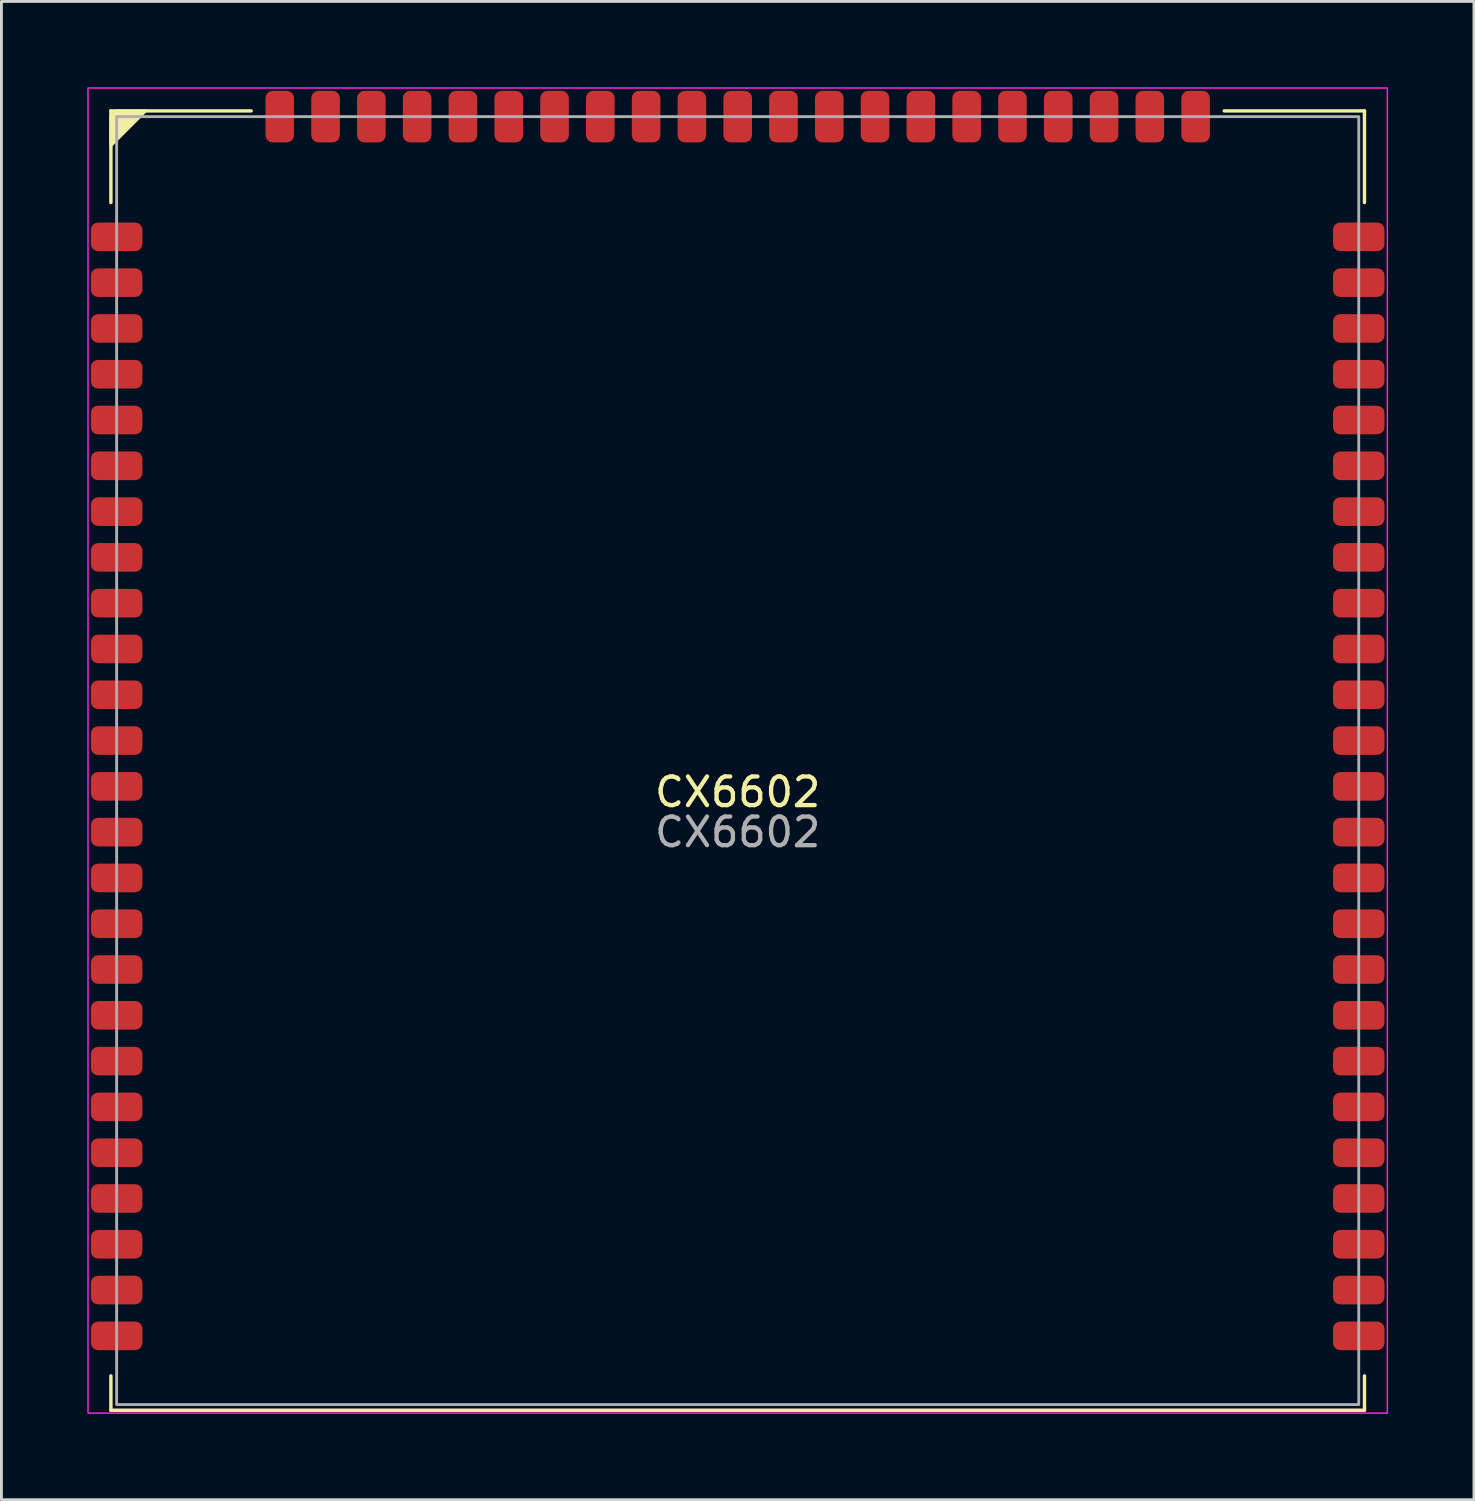
<source format=kicad_pcb>
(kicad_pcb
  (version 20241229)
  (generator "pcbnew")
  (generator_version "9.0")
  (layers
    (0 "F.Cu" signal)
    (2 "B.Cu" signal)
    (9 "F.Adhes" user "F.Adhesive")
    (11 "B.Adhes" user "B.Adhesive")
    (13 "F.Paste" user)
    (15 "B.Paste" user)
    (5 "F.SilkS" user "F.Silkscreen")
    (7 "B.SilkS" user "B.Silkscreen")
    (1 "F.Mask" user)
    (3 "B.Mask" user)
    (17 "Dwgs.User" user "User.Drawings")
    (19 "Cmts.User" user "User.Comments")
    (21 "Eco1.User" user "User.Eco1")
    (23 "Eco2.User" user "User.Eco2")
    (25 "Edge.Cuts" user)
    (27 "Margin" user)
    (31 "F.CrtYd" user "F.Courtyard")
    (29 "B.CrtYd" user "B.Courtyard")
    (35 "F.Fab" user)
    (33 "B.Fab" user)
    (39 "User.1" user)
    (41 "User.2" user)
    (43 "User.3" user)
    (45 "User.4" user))
  (footprint "CX6602"
    (layer "F.Cu")
    (at 22.725 46.025)
    (property "Reference" "CX6602" (at 0 -21.4 0) (unlocked yes) (layer "F.SilkS") (effects (font (size 1 1) (thickness 0.15))))
    (attr smd)
    (fp_line (start -21.9 -45.2) (end -17 -45.2) (stroke (width 0.12) (type default)) (layer "F.SilkS"))
    (fp_line (start -21.9 -42) (end -21.9 -45.2) (stroke (width 0.12) (type default)) (layer "F.SilkS"))
    (fp_line (start -21.9 -1) (end -21.9 0.2) (stroke (width 0.12) (type default)) (layer "F.SilkS"))
    (fp_line (start -21.9 0.2) (end 21.9 0.2) (stroke (width 0.12) (type default)) (layer "F.SilkS"))
    (fp_line (start -21.7 -45.2) (end -21.9 -45) (stroke (width 0.12) (type default)) (layer "F.SilkS"))
    (fp_line (start -21.6 -45.2) (end -21.9 -44.9) (stroke (width 0.12) (type default)) (layer "F.SilkS"))
    (fp_line (start -21.5 -45.2) (end -21.9 -44.8) (stroke (width 0.12) (type default)) (layer "F.SilkS"))
    (fp_line (start -21.4 -45.2) (end -21.9 -44.7) (stroke (width 0.12) (type default)) (layer "F.SilkS"))
    (fp_line (start -21.3 -45.2) (end -21.9 -44.6) (stroke (width 0.12) (type default)) (layer "F.SilkS"))
    (fp_line (start -21.2 -45.2) (end -21.9 -44.5) (stroke (width 0.12) (type default)) (layer "F.SilkS"))
    (fp_line (start -21.1 -45.2) (end -21.9 -44.4) (stroke (width 0.12) (type default)) (layer "F.SilkS"))
    (fp_line (start -21 -45.2) (end -21.9 -44.3) (stroke (width 0.12) (type default)) (layer "F.SilkS"))
    (fp_line (start -20.9 -45.2) (end -21.9 -44.2) (stroke (width 0.12) (type default)) (layer "F.SilkS"))
    (fp_line (start -20.8 -45.2) (end -21.9 -44.1) (stroke (width 0.12) (type default)) (layer "F.SilkS"))
    (fp_line (start -20.7 -45.2) (end -21.9 -44) (stroke (width 0.12) (type default)) (layer "F.SilkS"))
    (fp_line (start 21.9 -45.2) (end 17 -45.2) (stroke (width 0.12) (type default)) (layer "F.SilkS"))
    (fp_line (start 21.9 -42) (end 21.9 -45.2) (stroke (width 0.12) (type default)) (layer "F.SilkS"))
    (fp_line (start 21.9 0.2) (end 21.9 -1) (stroke (width 0.12) (type default)) (layer "F.SilkS"))
    (fp_rect (start -22.7 -46) (end 22.7 0.3) (stroke (width 0.05) (type default)) (fill no) (layer "F.CrtYd"))
    (fp_rect (start -21.7 -45) (end 21.7 0) (stroke (width 0.1) (type default)) (fill no) (layer "F.Fab"))
    (fp_text user "${REFERENCE}" (at 0 -20 0) (unlocked yes) (layer "F.Fab") (effects (font (size 1 1) (thickness 0.15))))
    (pad "1" smd roundrect (at -21.7 -40.8 180) (size 1.8 1) (layers "F.Cu" "F.Mask" "F.Paste") (roundrect_rratio 0.25))
    (pad "2" smd roundrect (at -21.7 -39.2 180) (size 1.8 1) (layers "F.Cu" "F.Mask" "F.Paste") (roundrect_rratio 0.25))
    (pad "3" smd roundrect (at -21.7 -37.6 180) (size 1.8 1) (layers "F.Cu" "F.Mask" "F.Paste") (roundrect_rratio 0.25))
    (pad "4" smd roundrect (at -21.7 -36 180) (size 1.8 1) (layers "F.Cu" "F.Mask" "F.Paste") (roundrect_rratio 0.25))
    (pad "5" smd roundrect (at -21.7 -34.4 180) (size 1.8 1) (layers "F.Cu" "F.Mask" "F.Paste") (roundrect_rratio 0.25))
    (pad "6" smd roundrect (at -21.7 -32.8 180) (size 1.8 1) (layers "F.Cu" "F.Mask" "F.Paste") (roundrect_rratio 0.25))
    (pad "7" smd roundrect (at -21.7 -31.2 180) (size 1.8 1) (layers "F.Cu" "F.Mask" "F.Paste") (roundrect_rratio 0.25))
    (pad "8" smd roundrect (at -21.7 -29.6 180) (size 1.8 1) (layers "F.Cu" "F.Mask" "F.Paste") (roundrect_rratio 0.25))
    (pad "9" smd roundrect (at -21.7 -28 180) (size 1.8 1) (layers "F.Cu" "F.Mask" "F.Paste") (roundrect_rratio 0.25))
    (pad "10" smd roundrect (at -21.7 -26.4 180) (size 1.8 1) (layers "F.Cu" "F.Mask" "F.Paste") (roundrect_rratio 0.25))
    (pad "11" smd roundrect (at -21.7 -24.8 180) (size 1.8 1) (layers "F.Cu" "F.Mask" "F.Paste") (roundrect_rratio 0.25))
    (pad "12" smd roundrect (at -21.7 -23.2 180) (size 1.8 1) (layers "F.Cu" "F.Mask" "F.Paste") (roundrect_rratio 0.25))
    (pad "13" smd roundrect (at -21.7 -21.6 180) (size 1.8 1) (layers "F.Cu" "F.Mask" "F.Paste") (roundrect_rratio 0.25))
    (pad "14" smd roundrect (at -21.7 -20 180) (size 1.8 1) (layers "F.Cu" "F.Mask" "F.Paste") (roundrect_rratio 0.25))
    (pad "15" smd roundrect (at -21.7 -18.4 180) (size 1.8 1) (layers "F.Cu" "F.Mask" "F.Paste") (roundrect_rratio 0.25))
    (pad "16" smd roundrect (at -21.7 -16.8 180) (size 1.8 1) (layers "F.Cu" "F.Mask" "F.Paste") (roundrect_rratio 0.25))
    (pad "17" smd roundrect (at -21.7 -15.2 180) (size 1.8 1) (layers "F.Cu" "F.Mask" "F.Paste") (roundrect_rratio 0.25))
    (pad "18" smd roundrect (at -21.7 -13.6 180) (size 1.8 1) (layers "F.Cu" "F.Mask" "F.Paste") (roundrect_rratio 0.25))
    (pad "19" smd roundrect (at -21.7 -12 180) (size 1.8 1) (layers "F.Cu" "F.Mask" "F.Paste") (roundrect_rratio 0.25))
    (pad "20" smd roundrect (at -21.7 -10.4 180) (size 1.8 1) (layers "F.Cu" "F.Mask" "F.Paste") (roundrect_rratio 0.25))
    (pad "21" smd roundrect (at -21.7 -8.8 180) (size 1.8 1) (layers "F.Cu" "F.Mask" "F.Paste") (roundrect_rratio 0.25))
    (pad "22" smd roundrect (at -21.7 -7.2 180) (size 1.8 1) (layers "F.Cu" "F.Mask" "F.Paste") (roundrect_rratio 0.25))
    (pad "23" smd roundrect (at -21.7 -5.6 180) (size 1.8 1) (layers "F.Cu" "F.Mask" "F.Paste") (roundrect_rratio 0.25))
    (pad "24" smd roundrect (at -21.7 -4 180) (size 1.8 1) (layers "F.Cu" "F.Mask" "F.Paste") (roundrect_rratio 0.25))
    (pad "25" smd roundrect (at -21.7 -2.4 180) (size 1.8 1) (layers "F.Cu" "F.Mask" "F.Paste") (roundrect_rratio 0.25))
    (pad "26" smd roundrect (at 21.7 -2.4) (size 1.8 1) (layers "F.Cu" "F.Mask" "F.Paste") (roundrect_rratio 0.25))
    (pad "27" smd roundrect (at 21.7 -4) (size 1.8 1) (layers "F.Cu" "F.Mask" "F.Paste") (roundrect_rratio 0.25))
    (pad "28" smd roundrect (at 21.7 -5.6) (size 1.8 1) (layers "F.Cu" "F.Mask" "F.Paste") (roundrect_rratio 0.25))
    (pad "29" smd roundrect (at 21.7 -7.2) (size 1.8 1) (layers "F.Cu" "F.Mask" "F.Paste") (roundrect_rratio 0.25))
    (pad "30" smd roundrect (at 21.7 -8.8) (size 1.8 1) (layers "F.Cu" "F.Mask" "F.Paste") (roundrect_rratio 0.25))
    (pad "31" smd roundrect (at 21.7 -10.4) (size 1.8 1) (layers "F.Cu" "F.Mask" "F.Paste") (roundrect_rratio 0.25))
    (pad "32" smd roundrect (at 21.7 -12) (size 1.8 1) (layers "F.Cu" "F.Mask" "F.Paste") (roundrect_rratio 0.25))
    (pad "33" smd roundrect (at 21.7 -13.6) (size 1.8 1) (layers "F.Cu" "F.Mask" "F.Paste") (roundrect_rratio 0.25))
    (pad "34" smd roundrect (at 21.7 -15.2) (size 1.8 1) (layers "F.Cu" "F.Mask" "F.Paste") (roundrect_rratio 0.25))
    (pad "35" smd roundrect (at 21.7 -16.8) (size 1.8 1) (layers "F.Cu" "F.Mask" "F.Paste") (roundrect_rratio 0.25))
    (pad "36" smd roundrect (at 21.7 -18.4) (size 1.8 1) (layers "F.Cu" "F.Mask" "F.Paste") (roundrect_rratio 0.25))
    (pad "37" smd roundrect (at 21.7 -20) (size 1.8 1) (layers "F.Cu" "F.Mask" "F.Paste") (roundrect_rratio 0.25))
    (pad "38" smd roundrect (at 21.7 -21.6) (size 1.8 1) (layers "F.Cu" "F.Mask" "F.Paste") (roundrect_rratio 0.25))
    (pad "39" smd roundrect (at 21.7 -23.2) (size 1.8 1) (layers "F.Cu" "F.Mask" "F.Paste") (roundrect_rratio 0.25))
    (pad "40" smd roundrect (at 21.7 -24.8) (size 1.8 1) (layers "F.Cu" "F.Mask" "F.Paste") (roundrect_rratio 0.25))
    (pad "41" smd roundrect (at 21.7 -26.4) (size 1.8 1) (layers "F.Cu" "F.Mask" "F.Paste") (roundrect_rratio 0.25))
    (pad "42" smd roundrect (at 21.7 -28) (size 1.8 1) (layers "F.Cu" "F.Mask" "F.Paste") (roundrect_rratio 0.25))
    (pad "43" smd roundrect (at 21.7 -29.6) (size 1.8 1) (layers "F.Cu" "F.Mask" "F.Paste") (roundrect_rratio 0.25))
    (pad "44" smd roundrect (at 21.7 -31.2) (size 1.8 1) (layers "F.Cu" "F.Mask" "F.Paste") (roundrect_rratio 0.25))
    (pad "45" smd roundrect (at 21.7 -32.8) (size 1.8 1) (layers "F.Cu" "F.Mask" "F.Paste") (roundrect_rratio 0.25))
    (pad "46" smd roundrect (at 21.7 -34.4) (size 1.8 1) (layers "F.Cu" "F.Mask" "F.Paste") (roundrect_rratio 0.25))
    (pad "47" smd roundrect (at 21.7 -36) (size 1.8 1) (layers "F.Cu" "F.Mask" "F.Paste") (roundrect_rratio 0.25))
    (pad "48" smd roundrect (at 21.7 -37.6) (size 1.8 1) (layers "F.Cu" "F.Mask" "F.Paste") (roundrect_rratio 0.25))
    (pad "49" smd roundrect (at 21.7 -39.2) (size 1.8 1) (layers "F.Cu" "F.Mask" "F.Paste") (roundrect_rratio 0.25))
    (pad "50" smd roundrect (at 21.7 -40.8) (size 1.8 1) (layers "F.Cu" "F.Mask" "F.Paste") (roundrect_rratio 0.25))
    (pad "51" smd roundrect (at 16 -45 270) (size 1.8 1) (layers "F.Cu" "F.Mask" "F.Paste") (roundrect_rratio 0.25))
    (pad "52" smd roundrect (at 14.4 -45 270) (size 1.8 1) (layers "F.Cu" "F.Mask" "F.Paste") (roundrect_rratio 0.25))
    (pad "53" smd roundrect (at 12.8 -45 270) (size 1.8 1) (layers "F.Cu" "F.Mask" "F.Paste") (roundrect_rratio 0.25))
    (pad "54" smd roundrect (at 11.2 -45 270) (size 1.8 1) (layers "F.Cu" "F.Mask" "F.Paste") (roundrect_rratio 0.25))
    (pad "55" smd roundrect (at 9.6 -45 270) (size 1.8 1) (layers "F.Cu" "F.Mask" "F.Paste") (roundrect_rratio 0.25))
    (pad "56" smd roundrect (at 8 -45 270) (size 1.8 1) (layers "F.Cu" "F.Mask" "F.Paste") (roundrect_rratio 0.25))
    (pad "57" smd roundrect (at 6.4 -45 270) (size 1.8 1) (layers "F.Cu" "F.Mask" "F.Paste") (roundrect_rratio 0.25))
    (pad "58" smd roundrect (at 4.8 -45 270) (size 1.8 1) (layers "F.Cu" "F.Mask" "F.Paste") (roundrect_rratio 0.25))
    (pad "59" smd roundrect (at 3.2 -45 270) (size 1.8 1) (layers "F.Cu" "F.Mask" "F.Paste") (roundrect_rratio 0.25))
    (pad "60" smd roundrect (at 1.6 -45 270) (size 1.8 1) (layers "F.Cu" "F.Mask" "F.Paste") (roundrect_rratio 0.25))
    (pad "61" smd roundrect (at 0 -45 270) (size 1.8 1) (layers "F.Cu" "F.Mask" "F.Paste") (roundrect_rratio 0.25))
    (pad "62" smd roundrect (at -1.6 -45 270) (size 1.8 1) (layers "F.Cu" "F.Mask" "F.Paste") (roundrect_rratio 0.25))
    (pad "63" smd roundrect (at -3.2 -45 270) (size 1.8 1) (layers "F.Cu" "F.Mask" "F.Paste") (roundrect_rratio 0.25))
    (pad "64" smd roundrect (at -4.8 -45 270) (size 1.8 1) (layers "F.Cu" "F.Mask" "F.Paste") (roundrect_rratio 0.25))
    (pad "65" smd roundrect (at -6.4 -45 270) (size 1.8 1) (layers "F.Cu" "F.Mask" "F.Paste") (roundrect_rratio 0.25))
    (pad "66" smd roundrect (at -8 -45 270) (size 1.8 1) (layers "F.Cu" "F.Mask" "F.Paste") (roundrect_rratio 0.25))
    (pad "67" smd roundrect (at -9.6 -45 270) (size 1.8 1) (layers "F.Cu" "F.Mask" "F.Paste") (roundrect_rratio 0.25))
    (pad "68" smd roundrect (at -11.2 -45 270) (size 1.8 1) (layers "F.Cu" "F.Mask" "F.Paste") (roundrect_rratio 0.25))
    (pad "69" smd roundrect (at -12.8 -45 270) (size 1.8 1) (layers "F.Cu" "F.Mask" "F.Paste") (roundrect_rratio 0.25))
    (pad "70" smd roundrect (at -14.4 -45 270) (size 1.8 1) (layers "F.Cu" "F.Mask" "F.Paste") (roundrect_rratio 0.25))
    (pad "71" smd roundrect (at -16 -45 270) (size 1.8 1) (layers "F.Cu" "F.Mask" "F.Paste") (roundrect_rratio 0.25)))
  (gr_rect
    (start -3 -3)
    (end 48.45 49.35)
    (stroke (width 0.1) (type default))
    (fill no)
    (layer "Edge.Cuts")))
</source>
